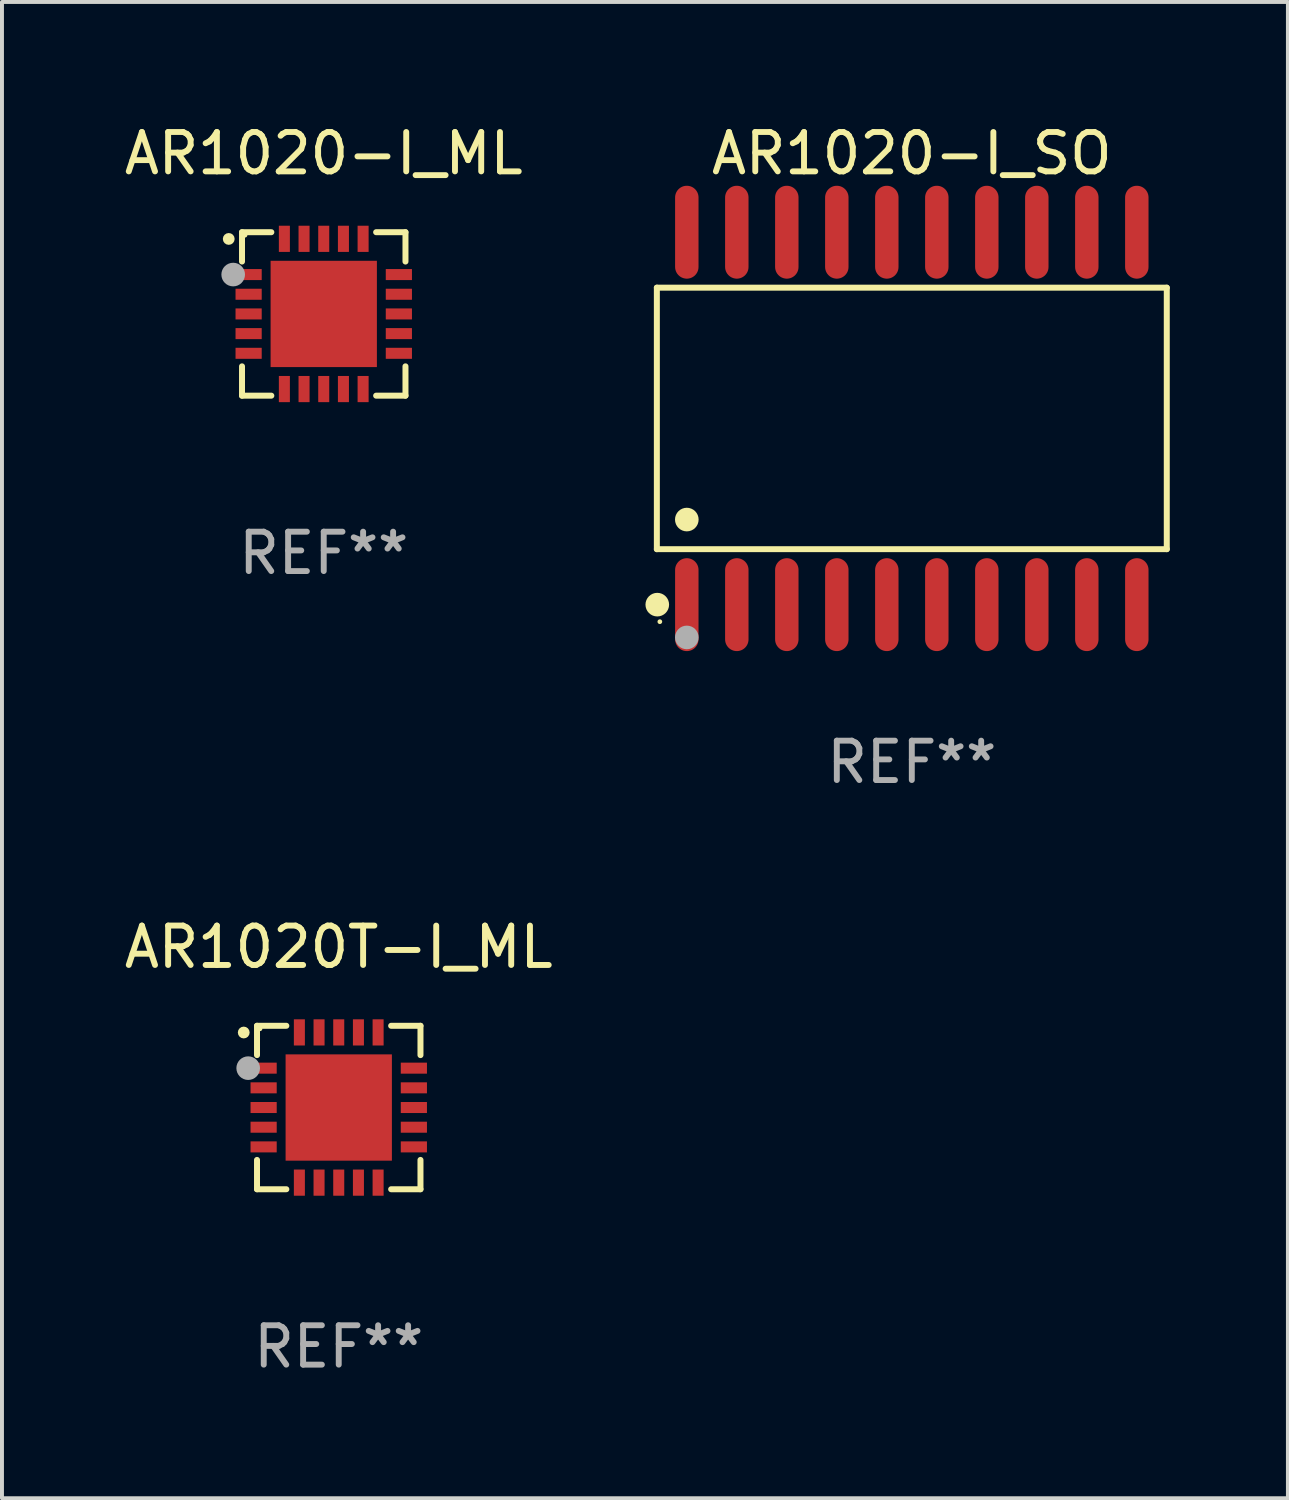
<source format=kicad_pcb>
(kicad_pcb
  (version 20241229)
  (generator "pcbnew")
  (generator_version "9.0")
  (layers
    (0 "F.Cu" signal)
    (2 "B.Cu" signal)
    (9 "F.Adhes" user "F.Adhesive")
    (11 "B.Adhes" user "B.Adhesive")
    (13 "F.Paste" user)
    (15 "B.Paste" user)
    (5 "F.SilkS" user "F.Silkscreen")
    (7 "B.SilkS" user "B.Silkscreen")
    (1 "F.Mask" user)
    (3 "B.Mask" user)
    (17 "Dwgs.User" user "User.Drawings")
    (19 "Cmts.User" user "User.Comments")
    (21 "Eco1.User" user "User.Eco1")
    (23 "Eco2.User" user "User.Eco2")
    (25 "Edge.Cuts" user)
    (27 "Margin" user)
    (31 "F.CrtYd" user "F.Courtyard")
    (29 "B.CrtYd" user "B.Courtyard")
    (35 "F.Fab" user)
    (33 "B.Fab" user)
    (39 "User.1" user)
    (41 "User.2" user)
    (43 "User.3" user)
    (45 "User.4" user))
  (footprint "AR1020-I_ML"
    (layer "F.Cu")
    (at 5.173 4.924)
    (property "Reference" "AR1020-I_ML" (at 0 -4.076 0) (layer "F.SilkS") (effects (font (size 1 1) (thickness 0.15))))
    (attr through_hole)
    (fp_line (start -2.076 -2.076) (end -2.076 -1.331) (stroke (width 0.152) (type solid)) (layer "F.SilkS"))
    (fp_line (start -2.076 2.076) (end -2.076 1.331) (stroke (width 0.152) (type solid)) (layer "F.SilkS"))
    (fp_line (start -1.331 -2.076) (end -2.076 -2.076) (stroke (width 0.152) (type solid)) (layer "F.SilkS"))
    (fp_line (start -1.331 2.076) (end -2.076 2.076) (stroke (width 0.152) (type solid)) (layer "F.SilkS"))
    (fp_line (start 1.331 -2.076) (end 2.076 -2.076) (stroke (width 0.152) (type solid)) (layer "F.SilkS"))
    (fp_line (start 1.331 2.076) (end 2.076 2.076) (stroke (width 0.152) (type solid)) (layer "F.SilkS"))
    (fp_line (start 2.076 -2.076) (end 2.076 -1.331) (stroke (width 0.152) (type solid)) (layer "F.SilkS"))
    (fp_line (start 2.076 2.076) (end 2.076 1.331) (stroke (width 0.152) (type solid)) (layer "F.SilkS"))
    (fp_circle (center -2.413 -1.905) (end -2.338 -1.905) (stroke (width 0.15) (type solid)) (fill no) (layer "F.SilkS"))
    (fp_circle (center -2 -2) (end -1.97 -2) (stroke (width 0.06) (type solid)) (fill no) (layer "F.SilkS"))
    (fp_circle (center -2.3 -1) (end -2.15 -1) (stroke (width 0.3) (type solid)) (fill no) (layer "F.Fab"))
    (fp_text user "REF**" (at 0 6.076 0) (layer "F.Fab") (effects (font (size 1 1) (thickness 0.15))))
    (pad "1" smd rect (at -1.908 -1) (size 0.665 0.28) (layers "F.Cu" "F.Mask" "F.Paste"))
    (pad "2" smd rect (at -1.908 -0.5) (size 0.665 0.28) (layers "F.Cu" "F.Mask" "F.Paste"))
    (pad "3" smd rect (at -1.908 0) (size 0.665 0.28) (layers "F.Cu" "F.Mask" "F.Paste"))
    (pad "4" smd rect (at -1.908 0.5) (size 0.665 0.28) (layers "F.Cu" "F.Mask" "F.Paste"))
    (pad "5" smd rect (at -1.908 1) (size 0.665 0.28) (layers "F.Cu" "F.Mask" "F.Paste"))
    (pad "6" smd rect (at -1 1.908) (size 0.28 0.665) (layers "F.Cu" "F.Mask" "F.Paste"))
    (pad "7" smd rect (at -0.5 1.908) (size 0.28 0.665) (layers "F.Cu" "F.Mask" "F.Paste"))
    (pad "8" smd rect (at 0 1.908) (size 0.28 0.665) (layers "F.Cu" "F.Mask" "F.Paste"))
    (pad "9" smd rect (at 0.5 1.908) (size 0.28 0.665) (layers "F.Cu" "F.Mask" "F.Paste"))
    (pad "10" smd rect (at 1 1.908) (size 0.28 0.665) (layers "F.Cu" "F.Mask" "F.Paste"))
    (pad "11" smd rect (at 1.908 1) (size 0.665 0.28) (layers "F.Cu" "F.Mask" "F.Paste"))
    (pad "12" smd rect (at 1.908 0.5) (size 0.665 0.28) (layers "F.Cu" "F.Mask" "F.Paste"))
    (pad "13" smd rect (at 1.908 0) (size 0.665 0.28) (layers "F.Cu" "F.Mask" "F.Paste"))
    (pad "14" smd rect (at 1.908 -0.5) (size 0.665 0.28) (layers "F.Cu" "F.Mask" "F.Paste"))
    (pad "15" smd rect (at 1.908 -1) (size 0.665 0.28) (layers "F.Cu" "F.Mask" "F.Paste"))
    (pad "16" smd rect (at 1 -1.908) (size 0.28 0.665) (layers "F.Cu" "F.Mask" "F.Paste"))
    (pad "17" smd rect (at 0.5 -1.908) (size 0.28 0.665) (layers "F.Cu" "F.Mask" "F.Paste"))
    (pad "18" smd rect (at 0 -1.908) (size 0.28 0.665) (layers "F.Cu" "F.Mask" "F.Paste"))
    (pad "19" smd rect (at -0.5 -1.908) (size 0.28 0.665) (layers "F.Cu" "F.Mask" "F.Paste"))
    (pad "20" smd rect (at -1 -1.908) (size 0.28 0.665) (layers "F.Cu" "F.Mask" "F.Paste"))
    (pad "21" smd rect (at 0 0) (size 2.7 2.7) (layers "F.Cu" "F.Mask" "F.Paste")))
  (footprint "AR1020-I_SO"
    (layer "F.Cu")
    (at 20.11 7.578)
    (property "Reference" "AR1020-I_SO" (at 0 -6.73 0) (layer "F.SilkS") (effects (font (size 1 1) (thickness 0.15))))
    (attr through_hole)
    (fp_line (start -6.476 -3.321) (end 6.476 -3.321) (stroke (width 0.152) (type solid)) (layer "F.SilkS"))
    (fp_line (start -6.476 3.321) (end -6.476 -3.321) (stroke (width 0.152) (type solid)) (layer "F.SilkS"))
    (fp_line (start 6.476 -3.321) (end 6.476 3.321) (stroke (width 0.152) (type solid)) (layer "F.SilkS"))
    (fp_line (start 6.476 3.321) (end -6.476 3.321) (stroke (width 0.152) (type solid)) (layer "F.SilkS"))
    (fp_circle (center -6.465 4.73) (end -6.315 4.73) (stroke (width 0.3) (type solid)) (fill no) (layer "F.SilkS"))
    (fp_circle (center -6.4 5.163) (end -6.37 5.163) (stroke (width 0.06) (type solid)) (fill no) (layer "F.SilkS"))
    (fp_circle (center -5.715 2.569) (end -5.565 2.569) (stroke (width 0.3) (type solid)) (fill no) (layer "F.SilkS"))
    (fp_circle (center -5.715 5.563) (end -5.565 5.563) (stroke (width 0.3) (type solid)) (fill no) (layer "F.Fab"))
    (fp_text user "REF**" (at 0 8.73 0) (layer "F.Fab") (effects (font (size 1 1) (thickness 0.15))))
    (pad "1" smd oval (at -5.715 4.73) (size 0.595 2.36) (layers "F.Cu" "F.Mask" "F.Paste"))
    (pad "2" smd oval (at -4.445 4.73) (size 0.595 2.36) (layers "F.Cu" "F.Mask" "F.Paste"))
    (pad "3" smd oval (at -3.175 4.73) (size 0.595 2.36) (layers "F.Cu" "F.Mask" "F.Paste"))
    (pad "4" smd oval (at -1.905 4.73) (size 0.595 2.36) (layers "F.Cu" "F.Mask" "F.Paste"))
    (pad "5" smd oval (at -0.635 4.73) (size 0.595 2.36) (layers "F.Cu" "F.Mask" "F.Paste"))
    (pad "6" smd oval (at 0.635 4.73) (size 0.595 2.36) (layers "F.Cu" "F.Mask" "F.Paste"))
    (pad "7" smd oval (at 1.905 4.73) (size 0.595 2.36) (layers "F.Cu" "F.Mask" "F.Paste"))
    (pad "8" smd oval (at 3.175 4.73) (size 0.595 2.36) (layers "F.Cu" "F.Mask" "F.Paste"))
    (pad "9" smd oval (at 4.445 4.73) (size 0.595 2.36) (layers "F.Cu" "F.Mask" "F.Paste"))
    (pad "10" smd oval (at 5.715 4.73) (size 0.595 2.36) (layers "F.Cu" "F.Mask" "F.Paste"))
    (pad "11" smd oval (at 5.715 -4.73) (size 0.595 2.36) (layers "F.Cu" "F.Mask" "F.Paste"))
    (pad "12" smd oval (at 4.445 -4.73) (size 0.595 2.36) (layers "F.Cu" "F.Mask" "F.Paste"))
    (pad "13" smd oval (at 3.175 -4.73) (size 0.595 2.36) (layers "F.Cu" "F.Mask" "F.Paste"))
    (pad "14" smd oval (at 1.905 -4.73) (size 0.595 2.36) (layers "F.Cu" "F.Mask" "F.Paste"))
    (pad "15" smd oval (at 0.635 -4.73) (size 0.595 2.36) (layers "F.Cu" "F.Mask" "F.Paste"))
    (pad "16" smd oval (at -0.635 -4.73) (size 0.595 2.36) (layers "F.Cu" "F.Mask" "F.Paste"))
    (pad "17" smd oval (at -1.905 -4.73) (size 0.595 2.36) (layers "F.Cu" "F.Mask" "F.Paste"))
    (pad "18" smd oval (at -3.175 -4.73) (size 0.595 2.36) (layers "F.Cu" "F.Mask" "F.Paste"))
    (pad "19" smd oval (at -4.445 -4.73) (size 0.595 2.36) (layers "F.Cu" "F.Mask" "F.Paste"))
    (pad "20" smd oval (at -5.715 -4.73) (size 0.595 2.36) (layers "F.Cu" "F.Mask" "F.Paste")))
  (footprint "AR1020T-I_ML"
    (layer "F.Cu")
    (at 5.554 25.081)
    (property "Reference" "AR1020T-I_ML" (at 0 -4.076 0) (layer "F.SilkS") (effects (font (size 1 1) (thickness 0.15))))
    (attr through_hole)
    (fp_line (start -2.076 -2.076) (end -2.076 -1.331) (stroke (width 0.152) (type solid)) (layer "F.SilkS"))
    (fp_line (start -2.076 2.076) (end -2.076 1.331) (stroke (width 0.152) (type solid)) (layer "F.SilkS"))
    (fp_line (start -1.331 -2.076) (end -2.076 -2.076) (stroke (width 0.152) (type solid)) (layer "F.SilkS"))
    (fp_line (start -1.331 2.076) (end -2.076 2.076) (stroke (width 0.152) (type solid)) (layer "F.SilkS"))
    (fp_line (start 1.331 -2.076) (end 2.076 -2.076) (stroke (width 0.152) (type solid)) (layer "F.SilkS"))
    (fp_line (start 1.331 2.076) (end 2.076 2.076) (stroke (width 0.152) (type solid)) (layer "F.SilkS"))
    (fp_line (start 2.076 -2.076) (end 2.076 -1.331) (stroke (width 0.152) (type solid)) (layer "F.SilkS"))
    (fp_line (start 2.076 2.076) (end 2.076 1.331) (stroke (width 0.152) (type solid)) (layer "F.SilkS"))
    (fp_circle (center -2.413 -1.905) (end -2.338 -1.905) (stroke (width 0.15) (type solid)) (fill no) (layer "F.SilkS"))
    (fp_circle (center -2 -2) (end -1.97 -2) (stroke (width 0.06) (type solid)) (fill no) (layer "F.SilkS"))
    (fp_circle (center -2.3 -1) (end -2.15 -1) (stroke (width 0.3) (type solid)) (fill no) (layer "F.Fab"))
    (fp_text user "REF**" (at 0 6.076 0) (layer "F.Fab") (effects (font (size 1 1) (thickness 0.15))))
    (pad "1" smd rect (at -1.908 -1) (size 0.665 0.28) (layers "F.Cu" "F.Mask" "F.Paste"))
    (pad "2" smd rect (at -1.908 -0.5) (size 0.665 0.28) (layers "F.Cu" "F.Mask" "F.Paste"))
    (pad "3" smd rect (at -1.908 0) (size 0.665 0.28) (layers "F.Cu" "F.Mask" "F.Paste"))
    (pad "4" smd rect (at -1.908 0.5) (size 0.665 0.28) (layers "F.Cu" "F.Mask" "F.Paste"))
    (pad "5" smd rect (at -1.908 1) (size 0.665 0.28) (layers "F.Cu" "F.Mask" "F.Paste"))
    (pad "6" smd rect (at -1 1.908) (size 0.28 0.665) (layers "F.Cu" "F.Mask" "F.Paste"))
    (pad "7" smd rect (at -0.5 1.908) (size 0.28 0.665) (layers "F.Cu" "F.Mask" "F.Paste"))
    (pad "8" smd rect (at 0 1.908) (size 0.28 0.665) (layers "F.Cu" "F.Mask" "F.Paste"))
    (pad "9" smd rect (at 0.5 1.908) (size 0.28 0.665) (layers "F.Cu" "F.Mask" "F.Paste"))
    (pad "10" smd rect (at 1 1.908) (size 0.28 0.665) (layers "F.Cu" "F.Mask" "F.Paste"))
    (pad "11" smd rect (at 1.908 1) (size 0.665 0.28) (layers "F.Cu" "F.Mask" "F.Paste"))
    (pad "12" smd rect (at 1.908 0.5) (size 0.665 0.28) (layers "F.Cu" "F.Mask" "F.Paste"))
    (pad "13" smd rect (at 1.908 0) (size 0.665 0.28) (layers "F.Cu" "F.Mask" "F.Paste"))
    (pad "14" smd rect (at 1.908 -0.5) (size 0.665 0.28) (layers "F.Cu" "F.Mask" "F.Paste"))
    (pad "15" smd rect (at 1.908 -1) (size 0.665 0.28) (layers "F.Cu" "F.Mask" "F.Paste"))
    (pad "16" smd rect (at 1 -1.908) (size 0.28 0.665) (layers "F.Cu" "F.Mask" "F.Paste"))
    (pad "17" smd rect (at 0.5 -1.908) (size 0.28 0.665) (layers "F.Cu" "F.Mask" "F.Paste"))
    (pad "18" smd rect (at 0 -1.908) (size 0.28 0.665) (layers "F.Cu" "F.Mask" "F.Paste"))
    (pad "19" smd rect (at -0.5 -1.908) (size 0.28 0.665) (layers "F.Cu" "F.Mask" "F.Paste"))
    (pad "20" smd rect (at -1 -1.908) (size 0.28 0.665) (layers "F.Cu" "F.Mask" "F.Paste"))
    (pad "21" smd rect (at 0 0) (size 2.7 2.7) (layers "F.Cu" "F.Mask" "F.Paste")))
  (gr_rect
    (start -3 -3)
    (end 29.663 35.005)
    (stroke (width 0.1) (type default))
    (fill no)
    (layer "Edge.Cuts")))
</source>
